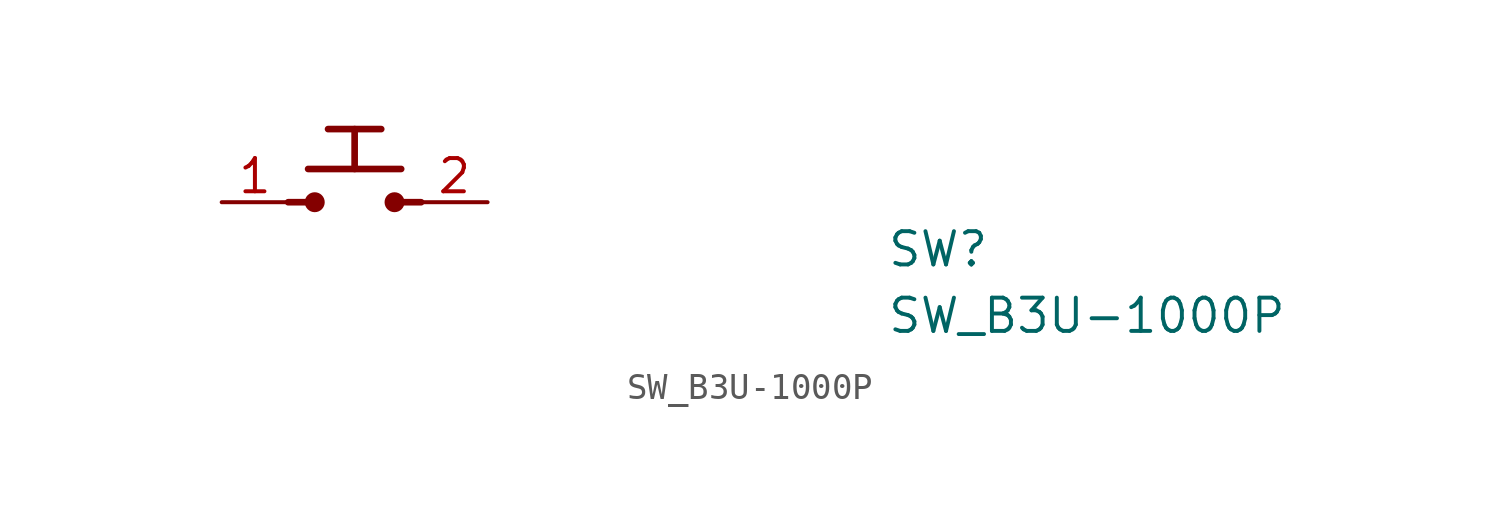
<source format=kicad_sym>
(kicad_symbol_lib
  (version 20211014)
  (generator kicad_symbol_editor)
  (symbol "SW_B3U-1000P"
    (property "Reference" "SW"
      (at 25.4 -2.54 0)
      (effects (font (size 1.27 1.27) (thickness 0.15)) (justify left bottom)))
    (property "Value" "SW_B3U-1000P"
      (at 25.4 -5.08 0)
      (effects (font (size 1.27 1.27) (thickness 0.15)) (justify left bottom)))
    (symbol "SW_B3U-1000P_1_1"
      (polyline (pts (xy 2.54 0) (xy 3.302 0)) (stroke (width 0.254) (type default) (color 0 0 0 0)) (fill (type background)))
      (polyline (pts (xy 3.302 1.27) (xy 6.858 1.27)) (stroke (width 0.254) (type default) (color 0 0 0 0)) (fill (type background)))
      (polyline (pts (xy 4.064 2.794) (xy 6.096 2.794)) (stroke (width 0.254) (type default) (color 0 0 0 0)) (fill (type background)))
      (polyline (pts (xy 5.08 1.27) (xy 5.08 2.794)) (stroke (width 0.254) (type default) (color 0 0 0 0)) (fill (type background)))
      (polyline (pts (xy 7.62 0) (xy 6.858 0)) (stroke (width 0.254) (type default) (color 0 0 0 0)) (fill (type background)))
      (circle (center 3.556 0) (radius 0.254) (stroke (width 0.254) (type default) (color 0 0 0 0)) (fill (type outline)))
      (circle (center 6.604 0) (radius 0.254) (stroke (width 0.254) (type default) (color 0 0 0 0)) (fill (type outline)))
      (pin passive line (at 0 0 0) (length 2.54) (name "~" (effects (font (size 1.27 1.27)))) (number "1" (effects (font (size 1.27 1.27)))))
      (pin passive line (at 10.16 0 180) (length 2.54) (name "~" (effects (font (size 1.27 1.27)))) (number "2" (effects (font (size 1.27 1.27))))))))
</source>
